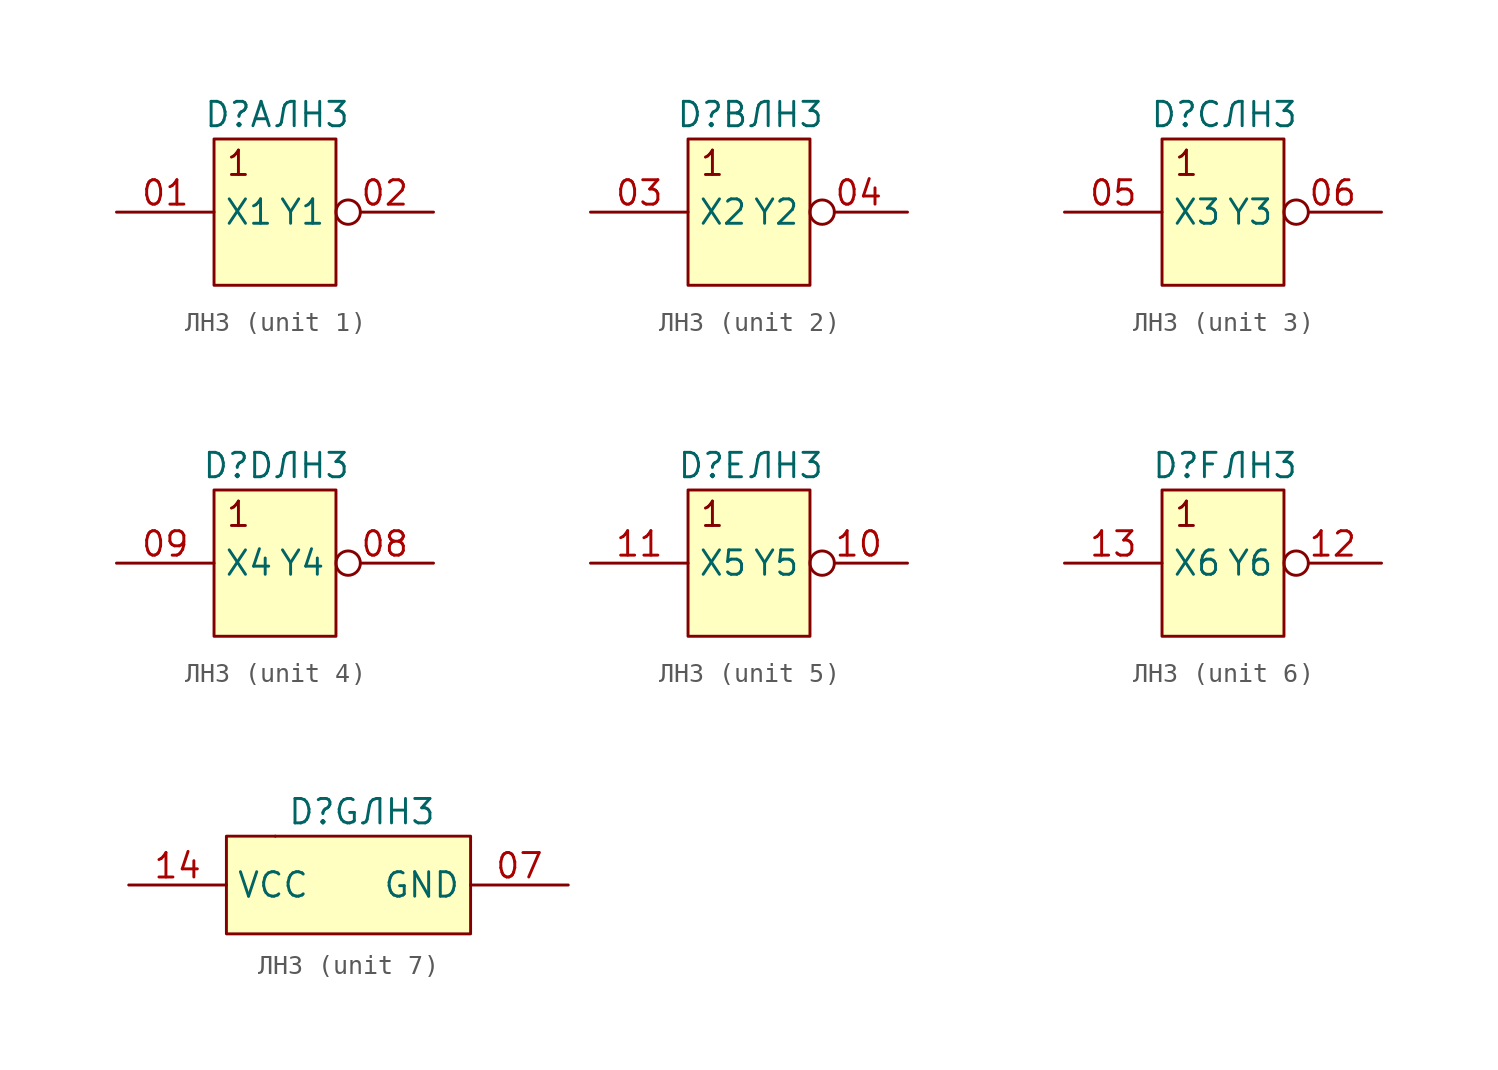
<source format=kicad_sym>
(kicad_symbol_lib
  (version 20231120)
  (generator "kicad_symbol_editor")
  (generator_version "8.0")
  (symbol "ЛН3"
    (property "Reference" "D"
      (at -1.27 -3.81 0)
      (effects (font (size 1.27 1.27))))
    (property "Value" "ЛН3"
      (at 2.54 -3.81 0)
      (effects (font (size 1.27 1.27))))
    (property "ki_locked" ""
      (at 0 0 0)
      (effects (font (size 1.27 1.27))))
    (symbol "ЛН3_1_0"
      (rectangle (start -2.54 -5.08) (end 3.81 -12.7) (stroke (width 0) (type default)) (fill (type background))))
    (symbol "ЛН3_1_1"
      (text "1" (at -1.27 -6.35 0) (effects (font (size 1.27 1.27))))
      (pin input line (at -7.62 -8.89 0) (length 5.08) (name "X1" (effects (font (size 1.27 1.27)))) (number "01" (effects (font (size 1.27 1.27)))))
      (pin output inverted (at 8.89 -8.89 180) (length 5.08) (name "Y1" (effects (font (size 1.27 1.27)))) (number "02" (effects (font (size 1.27 1.27))))))
    (symbol "ЛН3_2_0"
      (rectangle (start -2.54 -5.08) (end 3.81 -12.7) (stroke (width 0) (type default)) (fill (type background))))
    (symbol "ЛН3_2_1"
      (text "1" (at -1.27 -6.35 0) (effects (font (size 1.27 1.27))))
      (pin input line (at -7.62 -8.89 0) (length 5.08) (name "X2" (effects (font (size 1.27 1.27)))) (number "03" (effects (font (size 1.27 1.27)))))
      (pin output inverted (at 8.89 -8.89 180) (length 5.08) (name "Y2" (effects (font (size 1.27 1.27)))) (number "04" (effects (font (size 1.27 1.27))))))
    (symbol "ЛН3_3_0"
      (rectangle (start -2.54 -5.08) (end 3.81 -12.7) (stroke (width 0) (type default)) (fill (type background)))
      (text "1" (at -1.27 -6.35 0) (effects (font (size 1.27 1.27)))))
    (symbol "ЛН3_3_1"
      (pin input line (at -7.62 -8.89 0) (length 5.08) (name "X3" (effects (font (size 1.27 1.27)))) (number "05" (effects (font (size 1.27 1.27)))))
      (pin output inverted (at 8.89 -8.89 180) (length 5.08) (name "Y3" (effects (font (size 1.27 1.27)))) (number "06" (effects (font (size 1.27 1.27))))))
    (symbol "ЛН3_4_0"
      (rectangle (start -2.54 -5.08) (end 3.81 -12.7) (stroke (width 0) (type default)) (fill (type background))))
    (symbol "ЛН3_4_1"
      (text "1" (at -1.27 -6.35 0) (effects (font (size 1.27 1.27))))
      (pin output inverted (at 8.89 -8.89 180) (length 5.08) (name "Y4" (effects (font (size 1.27 1.27)))) (number "08" (effects (font (size 1.27 1.27)))))
      (pin input line (at -7.62 -8.89 0) (length 5.08) (name "X4" (effects (font (size 1.27 1.27)))) (number "09" (effects (font (size 1.27 1.27))))))
    (symbol "ЛН3_5_0"
      (rectangle (start -2.54 -5.08) (end 3.81 -12.7) (stroke (width 0) (type default)) (fill (type background))))
    (symbol "ЛН3_5_1"
      (text "1" (at -1.27 -6.35 0) (effects (font (size 1.27 1.27))))
      (pin output inverted (at 8.89 -8.89 180) (length 5.08) (name "Y5" (effects (font (size 1.27 1.27)))) (number "10" (effects (font (size 1.27 1.27)))))
      (pin input line (at -7.62 -8.89 0) (length 5.08) (name "X5" (effects (font (size 1.27 1.27)))) (number "11" (effects (font (size 1.27 1.27))))))
    (symbol "ЛН3_6_0"
      (rectangle (start -2.54 -5.08) (end 3.81 -12.7) (stroke (width 0) (type default)) (fill (type background))))
    (symbol "ЛН3_6_1"
      (text "1" (at -1.27 -6.35 0) (effects (font (size 1.27 1.27))))
      (pin output inverted (at 8.89 -8.89 180) (length 5.08) (name "Y6" (effects (font (size 1.27 1.27)))) (number "12" (effects (font (size 1.27 1.27)))))
      (pin input line (at -7.62 -8.89 0) (length 5.08) (name "X6" (effects (font (size 1.27 1.27)))) (number "13" (effects (font (size 1.27 1.27))))))
    (symbol "ЛН3_7_1"
      (rectangle (start -6.35 -5.08) (end 6.35 -10.16) (stroke (width 0) (type default)) (fill (type background)))
      (rectangle (start -3.81 -5.08) (end -3.81 -5.08) (stroke (width 0) (type default)) (fill (type none)))
      (pin power_in line (at 11.43 -7.62 180) (length 5.08) (name "GND" (effects (font (size 1.27 1.27)))) (number "07" (effects (font (size 1.27 1.27)))))
      (pin power_in line (at -11.43 -7.62 0) (length 5.08) (name "VCC" (effects (font (size 1.27 1.27)))) (number "14" (effects (font (size 1.27 1.27))))))))
</source>
